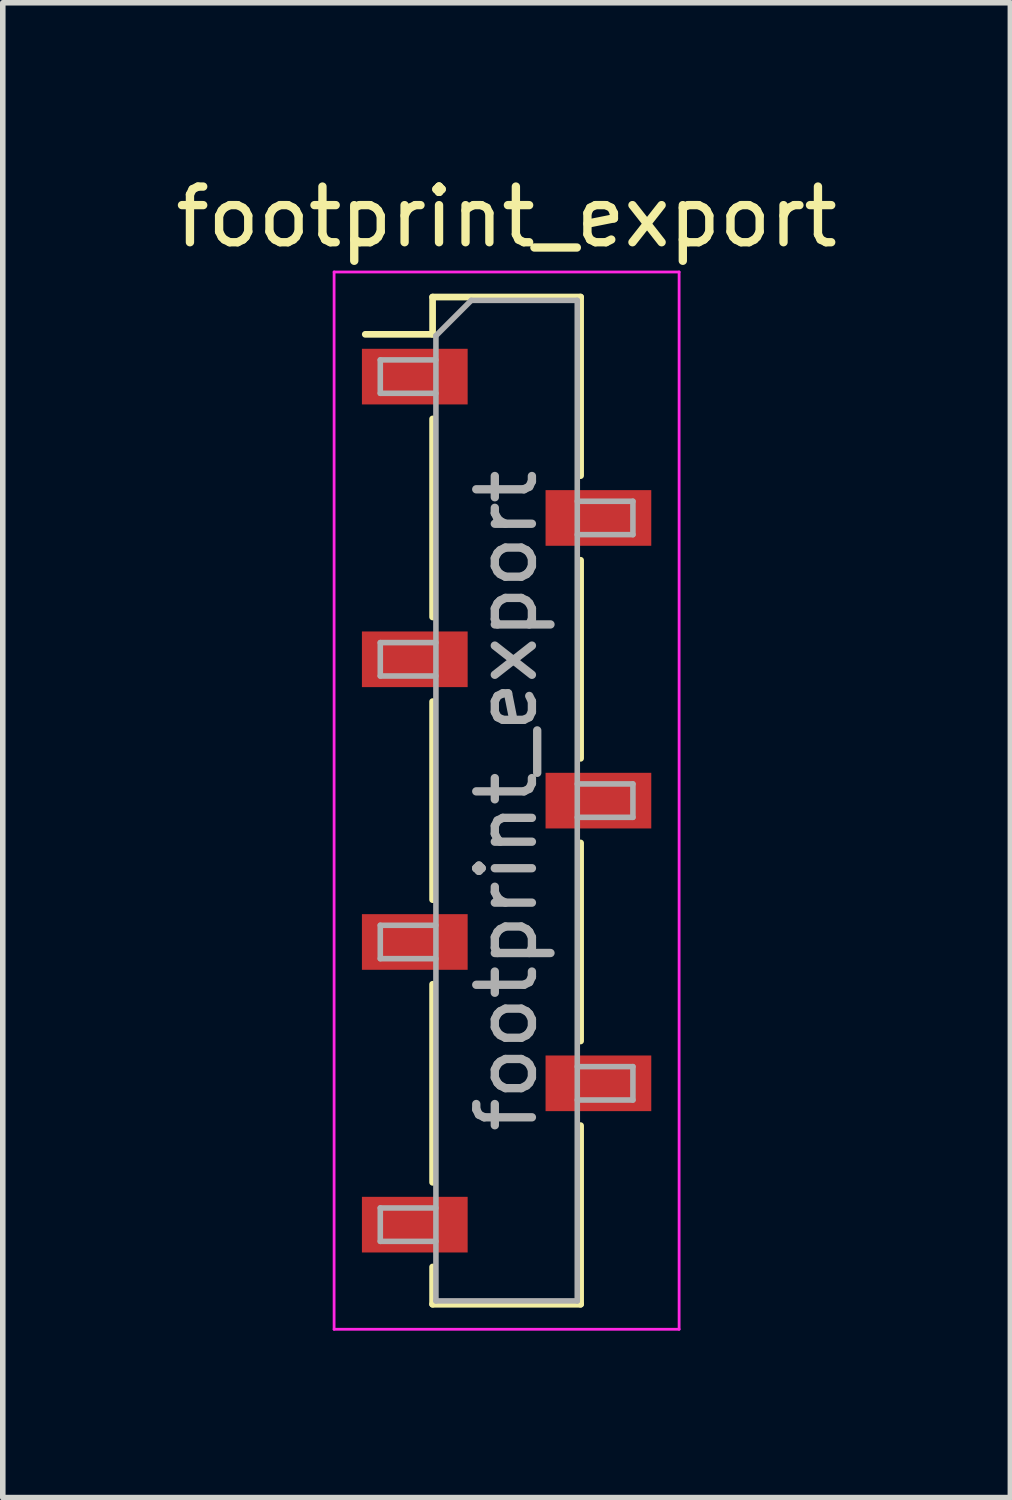
<source format=kicad_pcb>
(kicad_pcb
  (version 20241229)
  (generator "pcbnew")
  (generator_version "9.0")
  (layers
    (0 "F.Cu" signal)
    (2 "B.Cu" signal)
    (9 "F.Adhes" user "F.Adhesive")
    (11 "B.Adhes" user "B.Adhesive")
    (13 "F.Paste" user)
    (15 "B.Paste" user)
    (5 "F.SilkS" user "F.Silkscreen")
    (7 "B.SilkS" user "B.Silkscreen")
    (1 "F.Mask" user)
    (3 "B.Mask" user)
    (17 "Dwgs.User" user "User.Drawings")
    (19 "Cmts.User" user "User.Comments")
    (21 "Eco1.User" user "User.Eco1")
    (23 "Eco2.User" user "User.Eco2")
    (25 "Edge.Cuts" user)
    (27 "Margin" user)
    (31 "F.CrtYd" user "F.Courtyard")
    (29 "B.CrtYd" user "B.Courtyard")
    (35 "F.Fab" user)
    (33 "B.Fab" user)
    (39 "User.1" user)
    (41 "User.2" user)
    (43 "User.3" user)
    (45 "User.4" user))
  (footprint "footprint_export"
    (layer "F.Cu")
    (at 6.054 11.338)
    (property "Reference" "footprint_export" (at 0 -10.49 0) (layer "F.SilkS") (effects (font (size 1 1) (thickness 0.15))))
    (attr smd)
    (fp_line (start -2.54 -8.38) (end -1.33 -8.38) (stroke (width 0.12) (type solid)) (layer "F.SilkS"))
    (fp_line (start -1.33 -9.05) (end -1.33 -8.38) (stroke (width 0.12) (type solid)) (layer "F.SilkS"))
    (fp_line (start -1.33 -9.05) (end 1.33 -9.05) (stroke (width 0.12) (type solid)) (layer "F.SilkS"))
    (fp_line (start -1.33 -6.86) (end -1.33 -3.3) (stroke (width 0.12) (type solid)) (layer "F.SilkS"))
    (fp_line (start -1.33 -1.78) (end -1.33 1.78) (stroke (width 0.12) (type solid)) (layer "F.SilkS"))
    (fp_line (start -1.33 3.3) (end -1.33 6.86) (stroke (width 0.12) (type solid)) (layer "F.SilkS"))
    (fp_line (start -1.33 8.38) (end -1.33 9.05) (stroke (width 0.12) (type solid)) (layer "F.SilkS"))
    (fp_line (start -1.33 9.05) (end 1.33 9.05) (stroke (width 0.12) (type solid)) (layer "F.SilkS"))
    (fp_line (start 1.33 -9.05) (end 1.33 -5.84) (stroke (width 0.12) (type solid)) (layer "F.SilkS"))
    (fp_line (start 1.33 -4.32) (end 1.33 -0.76) (stroke (width 0.12) (type solid)) (layer "F.SilkS"))
    (fp_line (start 1.33 0.76) (end 1.33 4.32) (stroke (width 0.12) (type solid)) (layer "F.SilkS"))
    (fp_line (start 1.33 5.84) (end 1.33 9.05) (stroke (width 0.12) (type solid)) (layer "F.SilkS"))
    (fp_line (start -3.1 -9.5) (end 3.1 -9.5) (stroke (width 0.05) (type solid)) (layer "F.CrtYd"))
    (fp_line (start -3.1 9.5) (end -3.1 -9.5) (stroke (width 0.05) (type solid)) (layer "F.CrtYd"))
    (fp_line (start 3.1 -9.5) (end 3.1 9.5) (stroke (width 0.05) (type solid)) (layer "F.CrtYd"))
    (fp_line (start 3.1 9.5) (end -3.1 9.5) (stroke (width 0.05) (type solid)) (layer "F.CrtYd"))
    (fp_line (start -2.27 -7.92) (end -1.27 -7.92) (stroke (width 0.1) (type solid)) (layer "F.Fab"))
    (fp_line (start -2.27 -7.32) (end -2.27 -7.92) (stroke (width 0.1) (type solid)) (layer "F.Fab"))
    (fp_line (start -2.27 -2.84) (end -1.27 -2.84) (stroke (width 0.1) (type solid)) (layer "F.Fab"))
    (fp_line (start -2.27 -2.24) (end -2.27 -2.84) (stroke (width 0.1) (type solid)) (layer "F.Fab"))
    (fp_line (start -2.27 2.24) (end -1.27 2.24) (stroke (width 0.1) (type solid)) (layer "F.Fab"))
    (fp_line (start -2.27 2.84) (end -2.27 2.24) (stroke (width 0.1) (type solid)) (layer "F.Fab"))
    (fp_line (start -2.27 7.32) (end -1.27 7.32) (stroke (width 0.1) (type solid)) (layer "F.Fab"))
    (fp_line (start -2.27 7.92) (end -2.27 7.32) (stroke (width 0.1) (type solid)) (layer "F.Fab"))
    (fp_line (start -1.27 -8.355) (end -0.635 -8.99) (stroke (width 0.1) (type solid)) (layer "F.Fab"))
    (fp_line (start -1.27 -7.32) (end -2.27 -7.32) (stroke (width 0.1) (type solid)) (layer "F.Fab"))
    (fp_line (start -1.27 -2.24) (end -2.27 -2.24) (stroke (width 0.1) (type solid)) (layer "F.Fab"))
    (fp_line (start -1.27 2.84) (end -2.27 2.84) (stroke (width 0.1) (type solid)) (layer "F.Fab"))
    (fp_line (start -1.27 7.92) (end -2.27 7.92) (stroke (width 0.1) (type solid)) (layer "F.Fab"))
    (fp_line (start -1.27 8.99) (end -1.27 -8.355) (stroke (width 0.1) (type solid)) (layer "F.Fab"))
    (fp_line (start -0.635 -8.99) (end 1.27 -8.99) (stroke (width 0.1) (type solid)) (layer "F.Fab"))
    (fp_line (start 1.27 -8.99) (end 1.27 8.99) (stroke (width 0.1) (type solid)) (layer "F.Fab"))
    (fp_line (start 1.27 -5.38) (end 2.27 -5.38) (stroke (width 0.1) (type solid)) (layer "F.Fab"))
    (fp_line (start 1.27 -0.3) (end 2.27 -0.3) (stroke (width 0.1) (type solid)) (layer "F.Fab"))
    (fp_line (start 1.27 4.78) (end 2.27 4.78) (stroke (width 0.1) (type solid)) (layer "F.Fab"))
    (fp_line (start 1.27 8.99) (end -1.27 8.99) (stroke (width 0.1) (type solid)) (layer "F.Fab"))
    (fp_line (start 2.27 -5.38) (end 2.27 -4.78) (stroke (width 0.1) (type solid)) (layer "F.Fab"))
    (fp_line (start 2.27 -4.78) (end 1.27 -4.78) (stroke (width 0.1) (type solid)) (layer "F.Fab"))
    (fp_line (start 2.27 -0.3) (end 2.27 0.3) (stroke (width 0.1) (type solid)) (layer "F.Fab"))
    (fp_line (start 2.27 0.3) (end 1.27 0.3) (stroke (width 0.1) (type solid)) (layer "F.Fab"))
    (fp_line (start 2.27 4.78) (end 2.27 5.38) (stroke (width 0.1) (type solid)) (layer "F.Fab"))
    (fp_line (start 2.27 5.38) (end 1.27 5.38) (stroke (width 0.1) (type solid)) (layer "F.Fab"))
    (fp_text user "${REFERENCE}" (at 0 0 90) (layer "F.Fab") (effects (font (size 1 1) (thickness 0.15))))
    (pad "1" smd rect (at -1.65 -7.62) (size 1.9 1) (layers "F.Cu" "F.Mask" "F.Paste"))
    (pad "2" smd rect (at 1.65 -5.08) (size 1.9 1) (layers "F.Cu" "F.Mask" "F.Paste"))
    (pad "3" smd rect (at -1.65 -2.54) (size 1.9 1) (layers "F.Cu" "F.Mask" "F.Paste"))
    (pad "4" smd rect (at 1.65 0) (size 1.9 1) (layers "F.Cu" "F.Mask" "F.Paste"))
    (pad "5" smd rect (at -1.65 2.54) (size 1.9 1) (layers "F.Cu" "F.Mask" "F.Paste"))
    (pad "6" smd rect (at 1.65 5.08) (size 1.9 1) (layers "F.Cu" "F.Mask" "F.Paste"))
    (pad "7" smd rect (at -1.65 7.62) (size 1.9 1) (layers "F.Cu" "F.Mask" "F.Paste")))
  (gr_rect
    (start -3 -3)
    (end 15.107 23.863)
    (stroke (width 0.1) (type default))
    (fill no)
    (layer "Edge.Cuts")))
</source>
